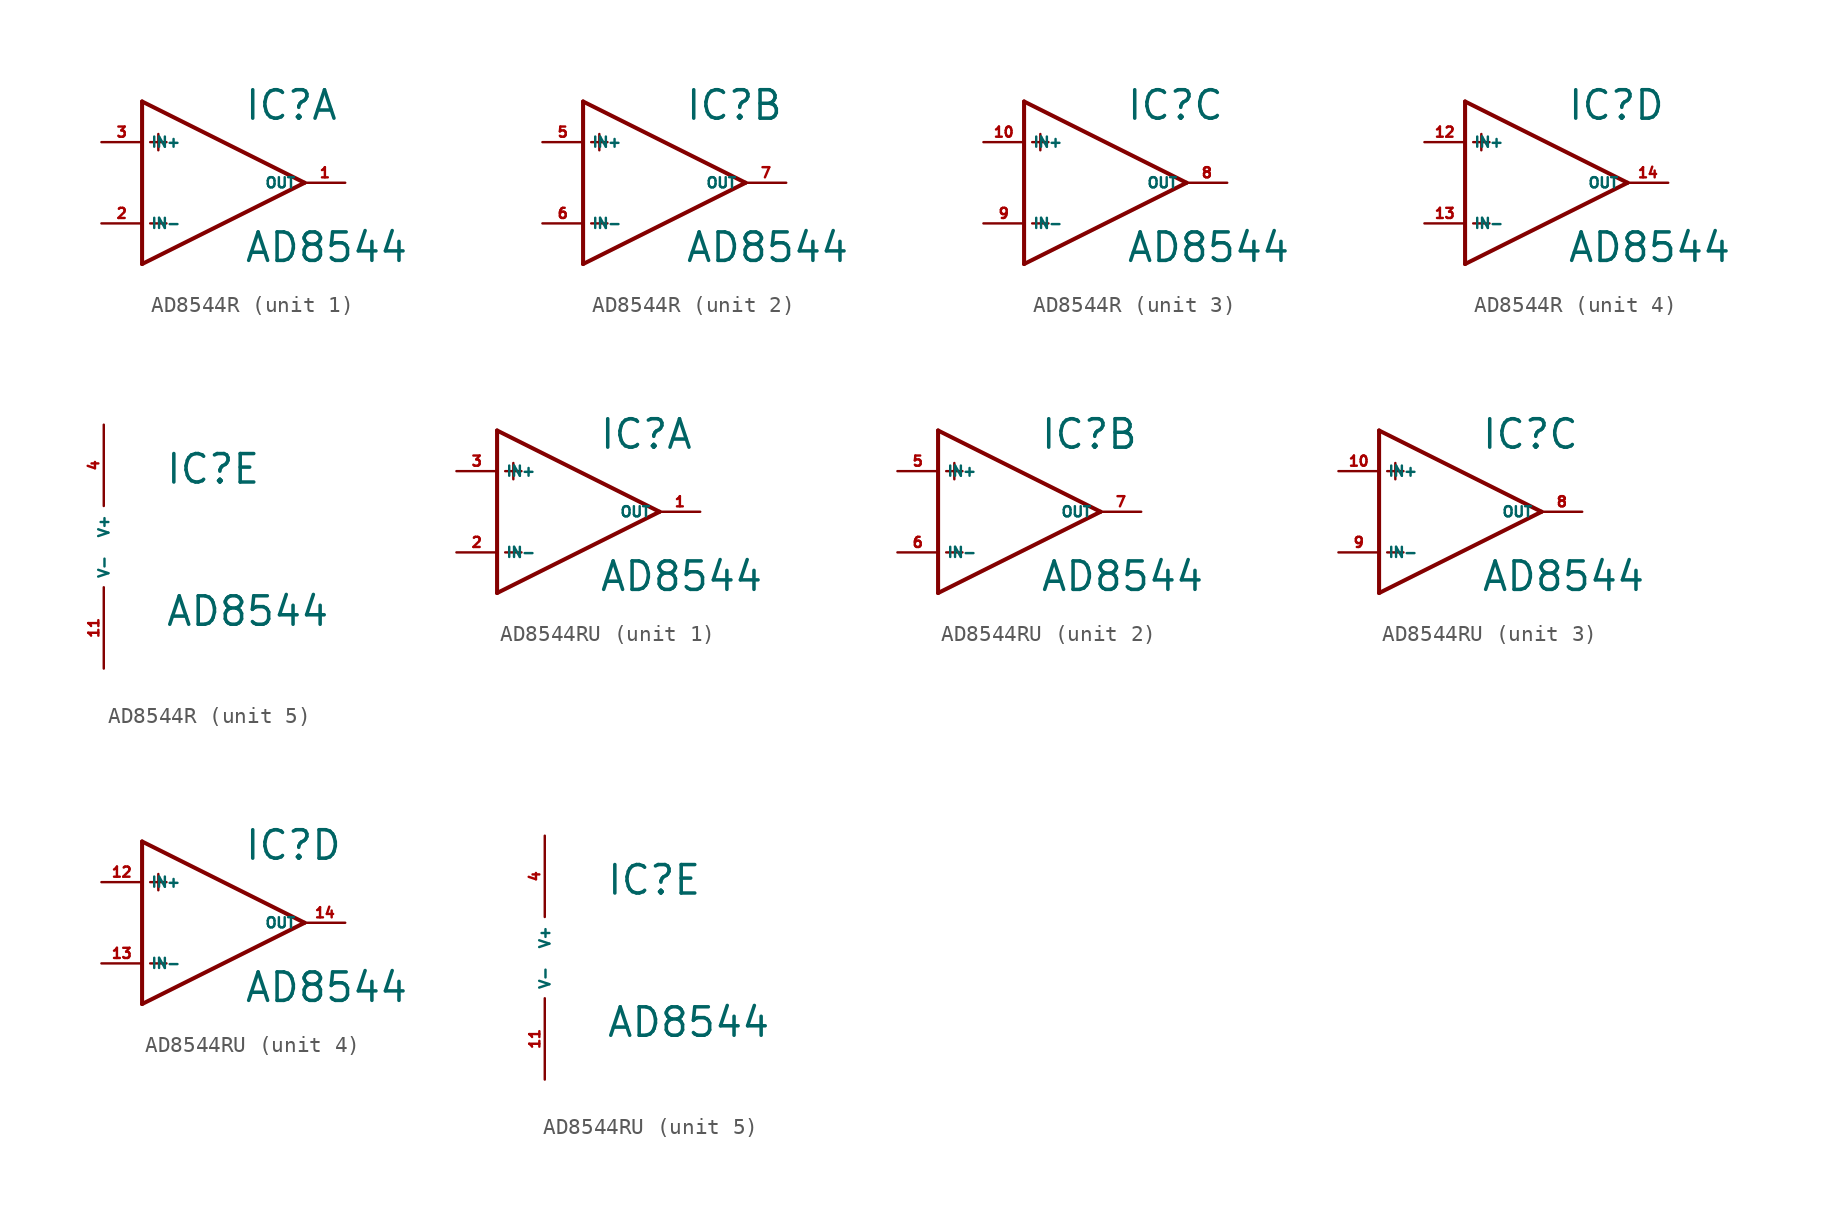
<source format=kicad_sym>
(kicad_symbol_lib
  (version 20220914)
  (generator Eagle2Kicad)
  (symbol "AD8544R"
    (property "Reference" "IC"
      (at 3.81 3.81 0)
      (effects (font (size 1.778 1.778) (thickness 0.22)) (justify left bottom)))
    (property "Value" "AD8544"
      (at 3.81 -5.08 0)
      (effects (font (size 1.778 1.778) (thickness 0.22)) (justify left bottom)))
    (symbol "AD8544R_1_0"
      (polyline (pts (xy -2.54 5.08) (xy -2.54 -5.08)) (stroke (width 0.254) (type default)) (fill (type none)))
      (polyline (pts (xy -2.54 -5.08) (xy 7.62 0)) (stroke (width 0.254) (type default)) (fill (type none)))
      (polyline (pts (xy 7.62 0) (xy -2.54 5.08)) (stroke (width 0.254) (type default)) (fill (type none)))
      (polyline (pts (xy -2.032 2.54) (xy -1.016 2.54)) (stroke (width 0.152) (type default)) (fill (type none)))
      (polyline (pts (xy -1.524 3.048) (xy -1.524 2.032)) (stroke (width 0.152) (type default)) (fill (type none)))
      (polyline (pts (xy -2.032 -2.54) (xy -1.016 -2.54)) (stroke (width 0.152) (type default)) (fill (type none)))
      (pin input line (at -5.08 2.54 0) (length 2.54) (name "IN+" (effects (font (size 0.635 0.635) (thickness 0.08)) (justify left bottom))) (number "3" (effects (font (size 0.635 0.635) (thickness 0.08)) (justify left bottom))))
      (pin input line (at -5.08 -2.54 0) (length 2.54) (name "IN-" (effects (font (size 0.635 0.635) (thickness 0.08)) (justify left bottom))) (number "2" (effects (font (size 0.635 0.635) (thickness 0.08)) (justify left bottom))))
      (pin output line (at 10.16 0 180) (length 2.54) (name "OUT" (effects (font (size 0.635 0.635) (thickness 0.08)) (justify left bottom))) (number "1" (effects (font (size 0.635 0.635) (thickness 0.08)) (justify left bottom)))))
    (symbol "AD8544R_2_0"
      (polyline (pts (xy -2.54 5.08) (xy -2.54 -5.08)) (stroke (width 0.254) (type default)) (fill (type none)))
      (polyline (pts (xy -2.54 -5.08) (xy 7.62 0)) (stroke (width 0.254) (type default)) (fill (type none)))
      (polyline (pts (xy 7.62 0) (xy -2.54 5.08)) (stroke (width 0.254) (type default)) (fill (type none)))
      (polyline (pts (xy -2.032 2.54) (xy -1.016 2.54)) (stroke (width 0.152) (type default)) (fill (type none)))
      (polyline (pts (xy -1.524 3.048) (xy -1.524 2.032)) (stroke (width 0.152) (type default)) (fill (type none)))
      (polyline (pts (xy -2.032 -2.54) (xy -1.016 -2.54)) (stroke (width 0.152) (type default)) (fill (type none)))
      (pin input line (at -5.08 2.54 0) (length 2.54) (name "IN+" (effects (font (size 0.635 0.635) (thickness 0.08)) (justify left bottom))) (number "5" (effects (font (size 0.635 0.635) (thickness 0.08)) (justify left bottom))))
      (pin input line (at -5.08 -2.54 0) (length 2.54) (name "IN-" (effects (font (size 0.635 0.635) (thickness 0.08)) (justify left bottom))) (number "6" (effects (font (size 0.635 0.635) (thickness 0.08)) (justify left bottom))))
      (pin output line (at 10.16 0 180) (length 2.54) (name "OUT" (effects (font (size 0.635 0.635) (thickness 0.08)) (justify left bottom))) (number "7" (effects (font (size 0.635 0.635) (thickness 0.08)) (justify left bottom)))))
    (symbol "AD8544R_3_0"
      (polyline (pts (xy -2.54 5.08) (xy -2.54 -5.08)) (stroke (width 0.254) (type default)) (fill (type none)))
      (polyline (pts (xy -2.54 -5.08) (xy 7.62 0)) (stroke (width 0.254) (type default)) (fill (type none)))
      (polyline (pts (xy 7.62 0) (xy -2.54 5.08)) (stroke (width 0.254) (type default)) (fill (type none)))
      (polyline (pts (xy -2.032 2.54) (xy -1.016 2.54)) (stroke (width 0.152) (type default)) (fill (type none)))
      (polyline (pts (xy -1.524 3.048) (xy -1.524 2.032)) (stroke (width 0.152) (type default)) (fill (type none)))
      (polyline (pts (xy -2.032 -2.54) (xy -1.016 -2.54)) (stroke (width 0.152) (type default)) (fill (type none)))
      (pin input line (at -5.08 2.54 0) (length 2.54) (name "IN+" (effects (font (size 0.635 0.635) (thickness 0.08)) (justify left bottom))) (number "10" (effects (font (size 0.635 0.635) (thickness 0.08)) (justify left bottom))))
      (pin input line (at -5.08 -2.54 0) (length 2.54) (name "IN-" (effects (font (size 0.635 0.635) (thickness 0.08)) (justify left bottom))) (number "9" (effects (font (size 0.635 0.635) (thickness 0.08)) (justify left bottom))))
      (pin output line (at 10.16 0 180) (length 2.54) (name "OUT" (effects (font (size 0.635 0.635) (thickness 0.08)) (justify left bottom))) (number "8" (effects (font (size 0.635 0.635) (thickness 0.08)) (justify left bottom)))))
    (symbol "AD8544R_4_0"
      (polyline (pts (xy -2.54 5.08) (xy -2.54 -5.08)) (stroke (width 0.254) (type default)) (fill (type none)))
      (polyline (pts (xy -2.54 -5.08) (xy 7.62 0)) (stroke (width 0.254) (type default)) (fill (type none)))
      (polyline (pts (xy 7.62 0) (xy -2.54 5.08)) (stroke (width 0.254) (type default)) (fill (type none)))
      (polyline (pts (xy -2.032 2.54) (xy -1.016 2.54)) (stroke (width 0.152) (type default)) (fill (type none)))
      (polyline (pts (xy -1.524 3.048) (xy -1.524 2.032)) (stroke (width 0.152) (type default)) (fill (type none)))
      (polyline (pts (xy -2.032 -2.54) (xy -1.016 -2.54)) (stroke (width 0.152) (type default)) (fill (type none)))
      (pin input line (at -5.08 2.54 0) (length 2.54) (name "IN+" (effects (font (size 0.635 0.635) (thickness 0.08)) (justify left bottom))) (number "12" (effects (font (size 0.635 0.635) (thickness 0.08)) (justify left bottom))))
      (pin input line (at -5.08 -2.54 0) (length 2.54) (name "IN-" (effects (font (size 0.635 0.635) (thickness 0.08)) (justify left bottom))) (number "13" (effects (font (size 0.635 0.635) (thickness 0.08)) (justify left bottom))))
      (pin output line (at 10.16 0 180) (length 2.54) (name "OUT" (effects (font (size 0.635 0.635) (thickness 0.08)) (justify left bottom))) (number "14" (effects (font (size 0.635 0.635) (thickness 0.08)) (justify left bottom)))))
    (symbol "AD8544R_5_0"
      (pin unspecified line (at 0 7.62 270) (length 5.08) (name "V+" (effects (font (size 0.635 0.635) (thickness 0.08)) (justify left bottom))) (number "4" (effects (font (size 0.635 0.635) (thickness 0.08)) (justify left bottom))))
      (pin unspecified line (at 0 -7.62 90) (length 5.08) (name "V-" (effects (font (size 0.635 0.635) (thickness 0.08)) (justify left bottom))) (number "11" (effects (font (size 0.635 0.635) (thickness 0.08)) (justify left bottom))))))
  (symbol "AD8544RU"
    (property "Reference" "IC"
      (at 3.81 3.81 0)
      (effects (font (size 1.778 1.778) (thickness 0.22)) (justify left bottom)))
    (property "Value" "AD8544"
      (at 3.81 -5.08 0)
      (effects (font (size 1.778 1.778) (thickness 0.22)) (justify left bottom)))
    (symbol "AD8544RU_1_0"
      (polyline (pts (xy -2.54 5.08) (xy -2.54 -5.08)) (stroke (width 0.254) (type default)) (fill (type none)))
      (polyline (pts (xy -2.54 -5.08) (xy 7.62 0)) (stroke (width 0.254) (type default)) (fill (type none)))
      (polyline (pts (xy 7.62 0) (xy -2.54 5.08)) (stroke (width 0.254) (type default)) (fill (type none)))
      (polyline (pts (xy -2.032 2.54) (xy -1.016 2.54)) (stroke (width 0.152) (type default)) (fill (type none)))
      (polyline (pts (xy -1.524 3.048) (xy -1.524 2.032)) (stroke (width 0.152) (type default)) (fill (type none)))
      (polyline (pts (xy -2.032 -2.54) (xy -1.016 -2.54)) (stroke (width 0.152) (type default)) (fill (type none)))
      (pin input line (at -5.08 2.54 0) (length 2.54) (name "IN+" (effects (font (size 0.635 0.635) (thickness 0.08)) (justify left bottom))) (number "3" (effects (font (size 0.635 0.635) (thickness 0.08)) (justify left bottom))))
      (pin input line (at -5.08 -2.54 0) (length 2.54) (name "IN-" (effects (font (size 0.635 0.635) (thickness 0.08)) (justify left bottom))) (number "2" (effects (font (size 0.635 0.635) (thickness 0.08)) (justify left bottom))))
      (pin output line (at 10.16 0 180) (length 2.54) (name "OUT" (effects (font (size 0.635 0.635) (thickness 0.08)) (justify left bottom))) (number "1" (effects (font (size 0.635 0.635) (thickness 0.08)) (justify left bottom)))))
    (symbol "AD8544RU_2_0"
      (polyline (pts (xy -2.54 5.08) (xy -2.54 -5.08)) (stroke (width 0.254) (type default)) (fill (type none)))
      (polyline (pts (xy -2.54 -5.08) (xy 7.62 0)) (stroke (width 0.254) (type default)) (fill (type none)))
      (polyline (pts (xy 7.62 0) (xy -2.54 5.08)) (stroke (width 0.254) (type default)) (fill (type none)))
      (polyline (pts (xy -2.032 2.54) (xy -1.016 2.54)) (stroke (width 0.152) (type default)) (fill (type none)))
      (polyline (pts (xy -1.524 3.048) (xy -1.524 2.032)) (stroke (width 0.152) (type default)) (fill (type none)))
      (polyline (pts (xy -2.032 -2.54) (xy -1.016 -2.54)) (stroke (width 0.152) (type default)) (fill (type none)))
      (pin input line (at -5.08 2.54 0) (length 2.54) (name "IN+" (effects (font (size 0.635 0.635) (thickness 0.08)) (justify left bottom))) (number "5" (effects (font (size 0.635 0.635) (thickness 0.08)) (justify left bottom))))
      (pin input line (at -5.08 -2.54 0) (length 2.54) (name "IN-" (effects (font (size 0.635 0.635) (thickness 0.08)) (justify left bottom))) (number "6" (effects (font (size 0.635 0.635) (thickness 0.08)) (justify left bottom))))
      (pin output line (at 10.16 0 180) (length 2.54) (name "OUT" (effects (font (size 0.635 0.635) (thickness 0.08)) (justify left bottom))) (number "7" (effects (font (size 0.635 0.635) (thickness 0.08)) (justify left bottom)))))
    (symbol "AD8544RU_3_0"
      (polyline (pts (xy -2.54 5.08) (xy -2.54 -5.08)) (stroke (width 0.254) (type default)) (fill (type none)))
      (polyline (pts (xy -2.54 -5.08) (xy 7.62 0)) (stroke (width 0.254) (type default)) (fill (type none)))
      (polyline (pts (xy 7.62 0) (xy -2.54 5.08)) (stroke (width 0.254) (type default)) (fill (type none)))
      (polyline (pts (xy -2.032 2.54) (xy -1.016 2.54)) (stroke (width 0.152) (type default)) (fill (type none)))
      (polyline (pts (xy -1.524 3.048) (xy -1.524 2.032)) (stroke (width 0.152) (type default)) (fill (type none)))
      (polyline (pts (xy -2.032 -2.54) (xy -1.016 -2.54)) (stroke (width 0.152) (type default)) (fill (type none)))
      (pin input line (at -5.08 2.54 0) (length 2.54) (name "IN+" (effects (font (size 0.635 0.635) (thickness 0.08)) (justify left bottom))) (number "10" (effects (font (size 0.635 0.635) (thickness 0.08)) (justify left bottom))))
      (pin input line (at -5.08 -2.54 0) (length 2.54) (name "IN-" (effects (font (size 0.635 0.635) (thickness 0.08)) (justify left bottom))) (number "9" (effects (font (size 0.635 0.635) (thickness 0.08)) (justify left bottom))))
      (pin output line (at 10.16 0 180) (length 2.54) (name "OUT" (effects (font (size 0.635 0.635) (thickness 0.08)) (justify left bottom))) (number "8" (effects (font (size 0.635 0.635) (thickness 0.08)) (justify left bottom)))))
    (symbol "AD8544RU_4_0"
      (polyline (pts (xy -2.54 5.08) (xy -2.54 -5.08)) (stroke (width 0.254) (type default)) (fill (type none)))
      (polyline (pts (xy -2.54 -5.08) (xy 7.62 0)) (stroke (width 0.254) (type default)) (fill (type none)))
      (polyline (pts (xy 7.62 0) (xy -2.54 5.08)) (stroke (width 0.254) (type default)) (fill (type none)))
      (polyline (pts (xy -2.032 2.54) (xy -1.016 2.54)) (stroke (width 0.152) (type default)) (fill (type none)))
      (polyline (pts (xy -1.524 3.048) (xy -1.524 2.032)) (stroke (width 0.152) (type default)) (fill (type none)))
      (polyline (pts (xy -2.032 -2.54) (xy -1.016 -2.54)) (stroke (width 0.152) (type default)) (fill (type none)))
      (pin input line (at -5.08 2.54 0) (length 2.54) (name "IN+" (effects (font (size 0.635 0.635) (thickness 0.08)) (justify left bottom))) (number "12" (effects (font (size 0.635 0.635) (thickness 0.08)) (justify left bottom))))
      (pin input line (at -5.08 -2.54 0) (length 2.54) (name "IN-" (effects (font (size 0.635 0.635) (thickness 0.08)) (justify left bottom))) (number "13" (effects (font (size 0.635 0.635) (thickness 0.08)) (justify left bottom))))
      (pin output line (at 10.16 0 180) (length 2.54) (name "OUT" (effects (font (size 0.635 0.635) (thickness 0.08)) (justify left bottom))) (number "14" (effects (font (size 0.635 0.635) (thickness 0.08)) (justify left bottom)))))
    (symbol "AD8544RU_5_0"
      (pin unspecified line (at 0 7.62 270) (length 5.08) (name "V+" (effects (font (size 0.635 0.635) (thickness 0.08)) (justify left bottom))) (number "4" (effects (font (size 0.635 0.635) (thickness 0.08)) (justify left bottom))))
      (pin unspecified line (at 0 -7.62 90) (length 5.08) (name "V-" (effects (font (size 0.635 0.635) (thickness 0.08)) (justify left bottom))) (number "11" (effects (font (size 0.635 0.635) (thickness 0.08)) (justify left bottom)))))))
</source>
